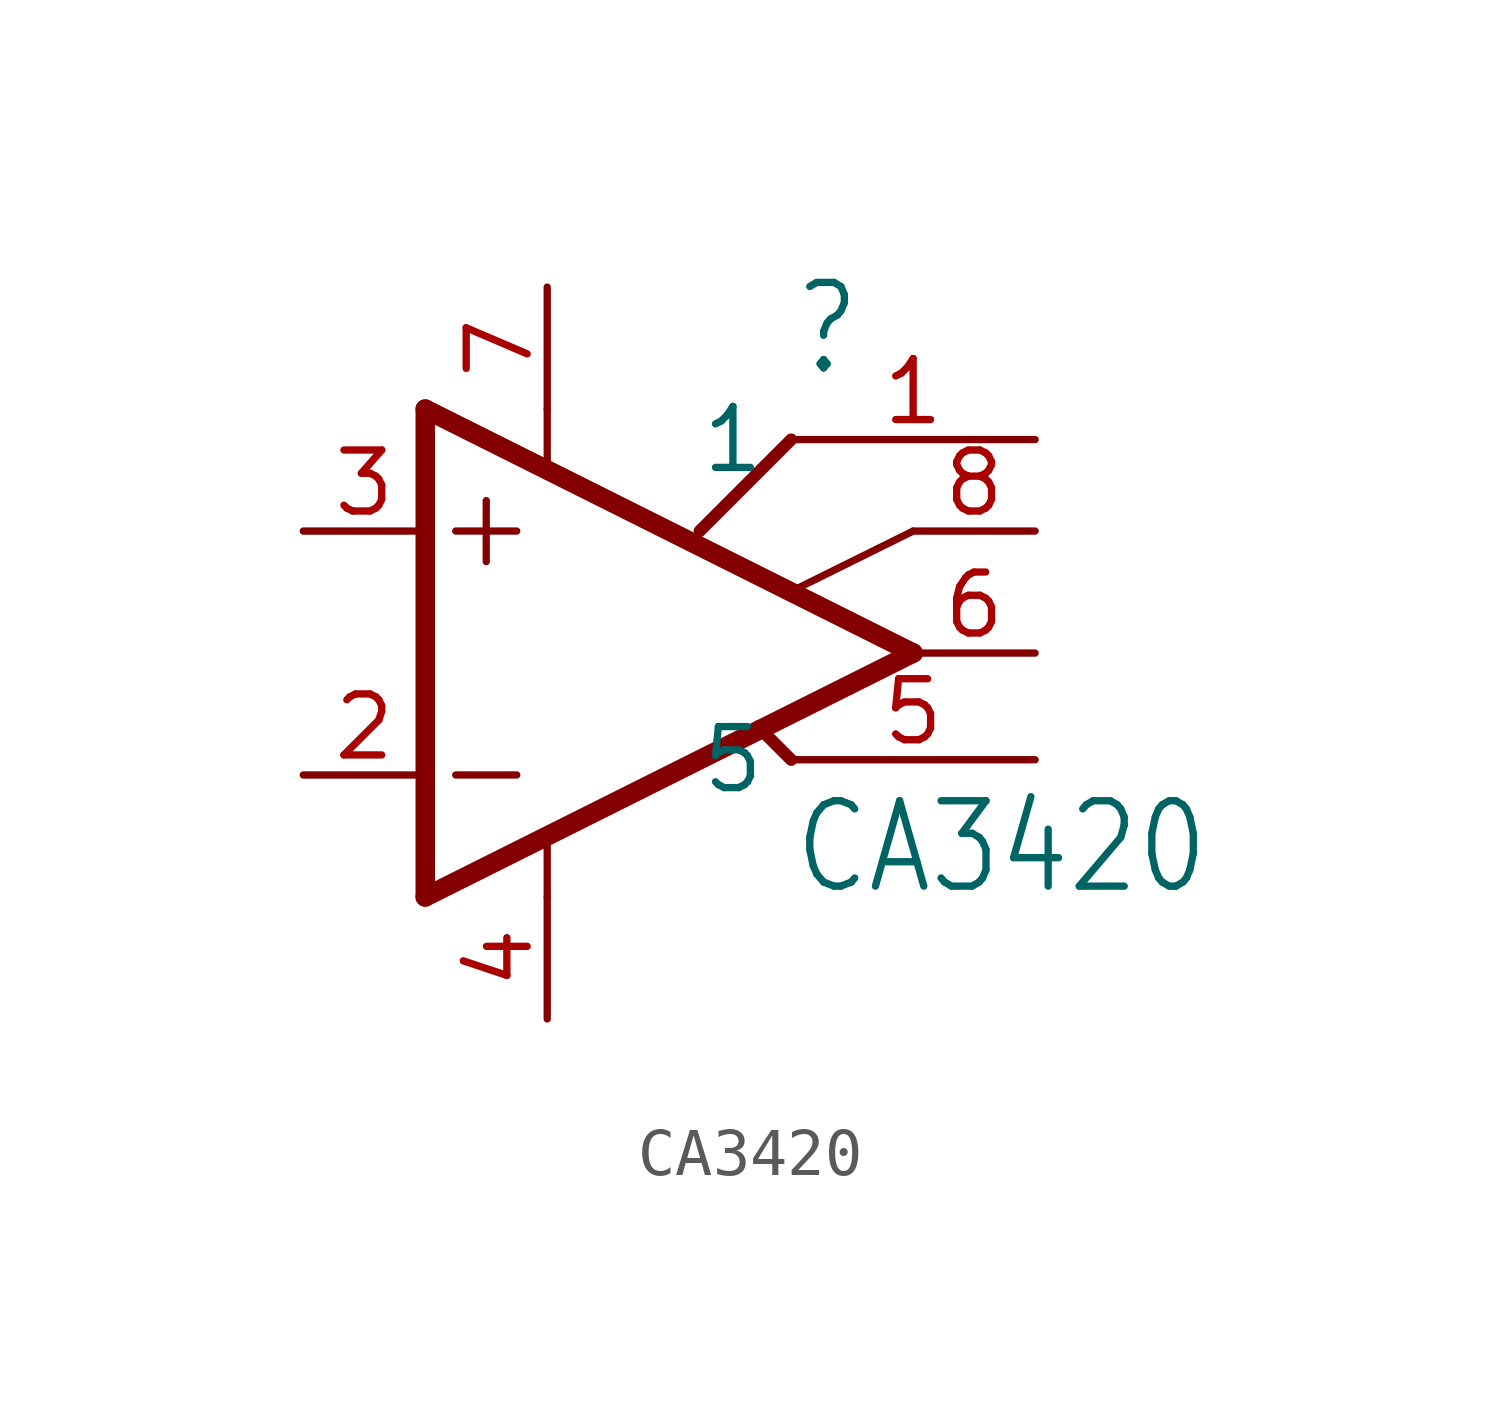
<source format=kicad_sym>
(kicad_symbol_lib
  (version 20220331)
  (generator kicad_symbol_editor)
  (symbol "CA3420"
    (property "Reference" ""
      (at 3.175 5.397 0)
      (effects (font (size 1.778 1.511)) (justify left bottom)))
    (property "Value" "CA3420"
      (at 3.175 -5.397 0)
      (effects (font (size 1.778 1.511)) (justify left bottom)))
    (property "ki_locked" ""
      (at 0 0 0)
      (effects (font (size 1.27 1.27))))
    (symbol "CA3420_1_0"
      (polyline (pts (xy -4.445 -5.397) (xy 2.54 -1.905)) (stroke (width 0.406) (type solid)) (fill (type none)))
      (polyline (pts (xy -4.445 4.763) (xy -4.445 -5.397)) (stroke (width 0.406) (type solid)) (fill (type none)))
      (polyline (pts (xy -3.81 -2.857) (xy -2.54 -2.857)) (stroke (width 0.152) (type solid)) (fill (type none)))
      (polyline (pts (xy -3.81 2.223) (xy -2.54 2.223)) (stroke (width 0.152) (type solid)) (fill (type none)))
      (polyline (pts (xy -3.175 2.857) (xy -3.175 1.587)) (stroke (width 0.152) (type solid)) (fill (type none)))
      (polyline (pts (xy -1.905 -4.229) (xy -1.905 -5.397)) (stroke (width 0.152) (type solid)) (fill (type none)))
      (polyline (pts (xy -1.905 4.763) (xy -1.905 3.569)) (stroke (width 0.152) (type solid)) (fill (type none)))
      (polyline (pts (xy 2.54 -1.905) (xy 5.715 -0.318)) (stroke (width 0.406) (type solid)) (fill (type none)))
      (polyline (pts (xy 3.175 -2.54) (xy 2.54 -1.905)) (stroke (width 0.254) (type solid)) (fill (type none)))
      (polyline (pts (xy 3.175 4.128) (xy 1.27 2.223)) (stroke (width 0.254) (type solid)) (fill (type none)))
      (polyline (pts (xy 5.715 -0.318) (xy -4.445 4.763)) (stroke (width 0.406) (type solid)) (fill (type none)))
      (polyline (pts (xy 5.715 2.223) (xy 3.251 1.003)) (stroke (width 0.152) (type solid)) (fill (type none)))
      (pin bidirectional line (at 8.255 4.128 180) (length 5.08) (name "1" (effects (font (size 1.27 1.27)))) (number "1" (effects (font (size 1.27 1.27)))))
      (pin input line (at -6.985 -2.857 0) (length 2.54) (name "2" (effects (font (size 0 0)))) (number "2" (effects (font (size 1.27 1.27)))))
      (pin input line (at -6.985 2.223 0) (length 2.54) (name "3" (effects (font (size 0 0)))) (number "3" (effects (font (size 1.27 1.27)))))
      (pin power_in line (at -1.905 -7.938 90) (length 2.54) (name "4" (effects (font (size 0 0)))) (number "4" (effects (font (size 1.27 1.27)))))
      (pin bidirectional line (at 8.255 -2.54 180) (length 5.08) (name "5" (effects (font (size 1.27 1.27)))) (number "5" (effects (font (size 1.27 1.27)))))
      (pin output line (at 8.255 -0.318 180) (length 2.54) (name "6" (effects (font (size 0 0)))) (number "6" (effects (font (size 1.27 1.27)))))
      (pin power_in line (at -1.905 7.303 270) (length 2.54) (name "7" (effects (font (size 0 0)))) (number "7" (effects (font (size 1.27 1.27)))))
      (pin passive line (at 8.255 2.223 180) (length 2.54) (name "8" (effects (font (size 0 0)))) (number "8" (effects (font (size 1.27 1.27))))))))
</source>
